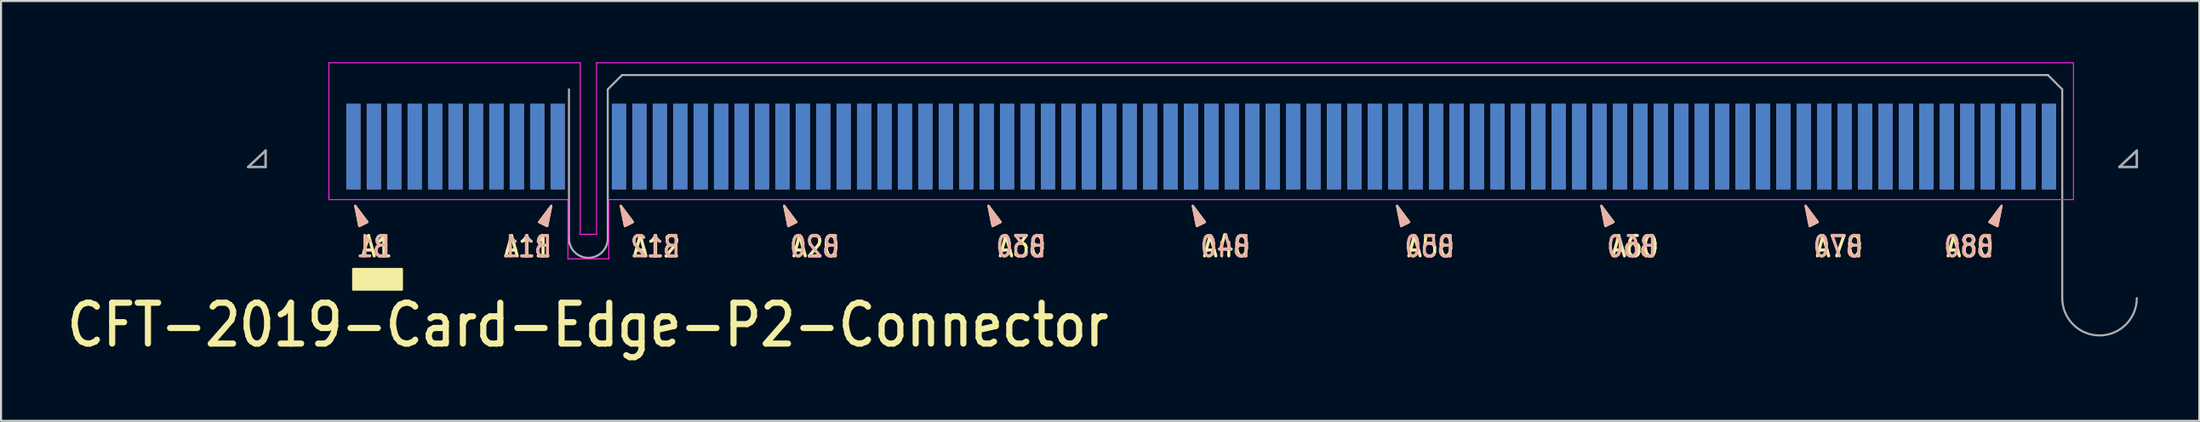
<source format=kicad_pcb>
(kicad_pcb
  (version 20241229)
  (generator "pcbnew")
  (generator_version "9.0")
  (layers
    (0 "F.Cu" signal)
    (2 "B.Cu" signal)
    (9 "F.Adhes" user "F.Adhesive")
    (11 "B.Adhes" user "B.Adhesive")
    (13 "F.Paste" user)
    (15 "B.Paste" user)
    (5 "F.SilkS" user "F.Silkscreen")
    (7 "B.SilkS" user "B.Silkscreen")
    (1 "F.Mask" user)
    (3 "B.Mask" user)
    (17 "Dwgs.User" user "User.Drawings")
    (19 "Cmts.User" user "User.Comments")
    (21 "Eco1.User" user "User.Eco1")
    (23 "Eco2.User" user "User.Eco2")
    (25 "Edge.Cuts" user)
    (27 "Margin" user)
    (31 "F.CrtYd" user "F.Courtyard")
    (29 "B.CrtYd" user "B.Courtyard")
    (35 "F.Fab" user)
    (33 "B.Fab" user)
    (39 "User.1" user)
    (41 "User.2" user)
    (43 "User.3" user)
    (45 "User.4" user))
  (footprint "CFT-2019-Card-Edge-P2-Connector"
    (layer "F.Cu")
    (at 14.238 4.125)
    (property "Reference" "CFT-2019-Card-Edge-P2-Connector" (at 11.495 8.738 180) (layer "F.SilkS") (effects (font (size 2 1.75) (thickness 0.3))))
    (attr exclude_from_pos_files exclude_from_bom)
    (fp_poly (pts (xy 0.1 2.9) (xy 0.3 3.9) (xy 0.7 3.7)) (stroke (width 0.1) (type solid)) (fill yes) (layer "F.SilkS"))
    (fp_poly (pts (xy 9.7 2.9) (xy 9.5 3.9) (xy 9.1 3.7)) (stroke (width 0.1) (type solid)) (fill yes) (layer "F.SilkS"))
    (fp_poly (pts (xy 13.1 2.9) (xy 13.3 3.9) (xy 13.7 3.7)) (stroke (width 0.1) (type solid)) (fill yes) (layer "F.SilkS"))
    (fp_poly (pts (xy 21.1 2.9) (xy 21.3 3.9) (xy 21.7 3.7)) (stroke (width 0.1) (type solid)) (fill yes) (layer "F.SilkS"))
    (fp_poly (pts (xy 31.1 2.9) (xy 31.3 3.9) (xy 31.7 3.7)) (stroke (width 0.1) (type solid)) (fill yes) (layer "F.SilkS"))
    (fp_poly (pts (xy 41.1 2.9) (xy 41.3 3.9) (xy 41.7 3.7)) (stroke (width 0.1) (type solid)) (fill yes) (layer "F.SilkS"))
    (fp_poly (pts (xy 51.1 2.9) (xy 51.3 3.9) (xy 51.7 3.7)) (stroke (width 0.1) (type solid)) (fill yes) (layer "F.SilkS"))
    (fp_poly (pts (xy 61.1 2.9) (xy 61.3 3.9) (xy 61.7 3.7)) (stroke (width 0.1) (type solid)) (fill yes) (layer "F.SilkS"))
    (fp_poly (pts (xy 71.1 2.9) (xy 71.3 3.9) (xy 71.7 3.7)) (stroke (width 0.1) (type solid)) (fill yes) (layer "F.SilkS"))
    (fp_poly (pts (xy 80.694 2.9) (xy 80.494 3.9) (xy 80.094 3.7)) (stroke (width 0.1) (type solid)) (fill yes) (layer "F.SilkS"))
    (fp_poly (pts (xy 2.388 5.994) (xy 0 5.994) (xy 0 7.01) (xy 2.388 7.01)) (stroke (width 0.1) (type solid)) (fill yes) (layer "F.SilkS"))
    (fp_poly (pts (xy 0.1 2.9) (xy 0.3 3.9) (xy 0.7 3.7)) (stroke (width 0.1) (type solid)) (fill yes) (layer "B.SilkS"))
    (fp_poly (pts (xy 9.7 2.9) (xy 9.5 3.9) (xy 9.1 3.7)) (stroke (width 0.1) (type solid)) (fill yes) (layer "B.SilkS"))
    (fp_poly (pts (xy 13.1 2.9) (xy 13.3 3.9) (xy 13.7 3.7)) (stroke (width 0.1) (type solid)) (fill yes) (layer "B.SilkS"))
    (fp_poly (pts (xy 21.1 2.9) (xy 21.3 3.9) (xy 21.7 3.7)) (stroke (width 0.1) (type solid)) (fill yes) (layer "B.SilkS"))
    (fp_poly (pts (xy 31.1 2.9) (xy 31.3 3.9) (xy 31.7 3.7)) (stroke (width 0.1) (type solid)) (fill yes) (layer "B.SilkS"))
    (fp_poly (pts (xy 41.1 2.9) (xy 41.3 3.9) (xy 41.7 3.7)) (stroke (width 0.1) (type solid)) (fill yes) (layer "B.SilkS"))
    (fp_poly (pts (xy 51.1 2.9) (xy 51.3 3.9) (xy 51.7 3.7)) (stroke (width 0.1) (type solid)) (fill yes) (layer "B.SilkS"))
    (fp_poly (pts (xy 61.1 2.9) (xy 61.3 3.9) (xy 61.7 3.7)) (stroke (width 0.1) (type solid)) (fill yes) (layer "B.SilkS"))
    (fp_poly (pts (xy 71.1 2.9) (xy 71.3 3.9) (xy 71.7 3.7)) (stroke (width 0.1) (type solid)) (fill yes) (layer "B.SilkS"))
    (fp_poly (pts (xy 80.694 2.9) (xy 80.494 3.9) (xy 80.094 3.7)) (stroke (width 0.1) (type solid)) (fill yes) (layer "B.SilkS"))
    (fp_line (start -1.186 -4.1) (end 11.114 -4.1) (stroke (width 0.05) (type solid)) (layer "F.CrtYd"))
    (fp_line (start -1.186 2.6) (end -1.186 -4.1) (stroke (width 0.05) (type solid)) (layer "F.CrtYd"))
    (fp_line (start 10.514 2.6) (end -1.186 2.6) (stroke (width 0.05) (type solid)) (layer "F.CrtYd"))
    (fp_line (start 10.514 5.5) (end 10.514 2.6) (stroke (width 0.05) (type solid)) (layer "F.CrtYd"))
    (fp_line (start 11.114 -4.1) (end 11.114 4.3) (stroke (width 0.05) (type solid)) (layer "F.CrtYd"))
    (fp_line (start 11.114 4.3) (end 11.914 4.3) (stroke (width 0.05) (type solid)) (layer "F.CrtYd"))
    (fp_line (start 11.914 -4.1) (end 84.214 -4.1) (stroke (width 0.05) (type solid)) (layer "F.CrtYd"))
    (fp_line (start 11.914 4.3) (end 11.914 -4.1) (stroke (width 0.05) (type solid)) (layer "F.CrtYd"))
    (fp_line (start 12.514 2.6) (end 12.514 5.5) (stroke (width 0.05) (type solid)) (layer "F.CrtYd"))
    (fp_line (start 12.514 5.5) (end 10.514 5.5) (stroke (width 0.05) (type solid)) (layer "F.CrtYd"))
    (fp_line (start 84.214 -4.1) (end 84.214 2.6) (stroke (width 0.05) (type solid)) (layer "F.CrtYd"))
    (fp_line (start 84.214 2.6) (end 12.514 2.6) (stroke (width 0.05) (type solid)) (layer "F.CrtYd"))
    (fp_line (start -5.136 1) (end -4.286 0.2) (stroke (width 0.12) (type solid)) (layer "F.Fab"))
    (fp_line (start -5.136 1) (end -4.286 1) (stroke (width 0.12) (type solid)) (layer "F.Fab"))
    (fp_line (start -4.286 0.2) (end -4.286 1) (stroke (width 0.12) (type solid)) (layer "F.Fab"))
    (fp_line (start 10.564 -2.8) (end 10.564 4.5) (stroke (width 0.1) (type solid)) (layer "F.Fab"))
    (fp_line (start 12.464 4.5) (end 12.464 -2.8) (stroke (width 0.1) (type solid)) (layer "F.Fab"))
    (fp_line (start 13.164 -3.5) (end 12.464 -2.8) (stroke (width 0.1) (type solid)) (layer "F.Fab"))
    (fp_line (start 13.164 -3.5) (end 82.964 -3.5) (stroke (width 0.1) (type solid)) (layer "F.Fab"))
    (fp_line (start 82.964 -3.5) (end 83.664 -2.8) (stroke (width 0.1) (type solid)) (layer "F.Fab"))
    (fp_line (start 83.664 7.425) (end 83.664 -2.8) (stroke (width 0.1) (type solid)) (layer "F.Fab"))
    (fp_line (start 86.464 1) (end 87.314 0.2) (stroke (width 0.12) (type solid)) (layer "F.Fab"))
    (fp_line (start 86.464 1) (end 87.314 1) (stroke (width 0.12) (type solid)) (layer "F.Fab"))
    (fp_line (start 87.314 0.2) (end 87.314 1) (stroke (width 0.12) (type solid)) (layer "F.Fab"))
    (fp_arc (start 12.4644 4.5) (mid 11.5144 5.45) (end 10.5644 4.5) (stroke (width 0.1) (type solid)) (layer "F.Fab"))
    (fp_arc (start 87.3144 7.425) (mid 85.4894 9.25) (end 83.6644 7.425) (stroke (width 0.1) (type solid)) (layer "F.Fab"))
    (fp_text user "A11" (at 7.3 4.9 0) (layer "F.SilkS") (effects (font (size 1 0.83) (thickness 0.15)) (justify left)))
    (fp_text user "A30" (at 31.5 4.9 0) (layer "F.SilkS") (effects (font (size 1 0.83) (thickness 0.15)) (justify left)))
    (fp_text user "A20" (at 21.4 4.9 0) (layer "F.SilkS") (effects (font (size 1 0.83) (thickness 0.15)) (justify left)))
    (fp_text user "A60" (at 61.5 4.9 0) (layer "F.SilkS") (effects (font (size 1 0.83) (thickness 0.15)) (justify left)))
    (fp_text user "A70" (at 71.5 4.9 0) (layer "F.SilkS") (effects (font (size 1 0.83) (thickness 0.15)) (justify left)))
    (fp_text user "A50" (at 51.5 4.9 0) (layer "F.SilkS") (effects (font (size 1 0.83) (thickness 0.15)) (justify left)))
    (fp_text user "A1" (at 0.3 4.9 0) (layer "F.SilkS") (effects (font (size 1 0.83) (thickness 0.15)) (justify left)))
    (fp_text user "A40" (at 41.5 4.9 0) (layer "F.SilkS") (effects (font (size 1 0.83) (thickness 0.15)) (justify left)))
    (fp_text user "A12" (at 13.6 4.9 0) (layer "F.SilkS") (effects (font (size 1 0.83) (thickness 0.15)) (justify left)))
    (fp_text user "A80" (at 77.9 4.9 0) (layer "F.SilkS") (effects (font (size 1 0.83) (thickness 0.15)) (justify left)))
    (fp_text user "B12" (at 16.1 4.9 180) (layer "B.SilkS") (effects (font (size 1 0.83) (thickness 0.15)) (justify left mirror)))
    (fp_text user "B30" (at 34 4.9 180) (layer "B.SilkS") (effects (font (size 1 0.83) (thickness 0.15)) (justify left mirror)))
    (fp_text user "B20" (at 23.9 4.9 180) (layer "B.SilkS") (effects (font (size 1 0.83) (thickness 0.15)) (justify left mirror)))
    (fp_text user "B70" (at 74 4.9 180) (layer "B.SilkS") (effects (font (size 1 0.83) (thickness 0.15)) (justify left mirror)))
    (fp_text user "B50" (at 54 4.9 180) (layer "B.SilkS") (effects (font (size 1 0.83) (thickness 0.15)) (justify left mirror)))
    (fp_text user "B80" (at 80.4 4.9 180) (layer "B.SilkS") (effects (font (size 1 0.83) (thickness 0.15)) (justify left mirror)))
    (fp_text user "B40" (at 44 4.9 180) (layer "B.SilkS") (effects (font (size 1 0.83) (thickness 0.15)) (justify left mirror)))
    (fp_text user "B1" (at 1.9 4.9 180) (layer "B.SilkS") (effects (font (size 1 0.83) (thickness 0.15)) (justify left mirror)))
    (fp_text user "B11" (at 7.2 4.9 180) (layer "B.SilkS") (effects (font (size 1 0.83) (thickness 0.15)) (justify right mirror)))
    (fp_text user "B60" (at 63.9 4.9 180) (layer "B.SilkS") (effects (font (size 1 0.83) (thickness 0.15)) (justify left mirror)))
    (pad "A1" connect rect (at 0.014 0 180) (size 0.7 4.2) (layers "F.Cu" "F.Mask"))
    (pad "A2" connect rect (at 1.014 0 180) (size 0.7 4.2) (layers "F.Cu" "F.Mask"))
    (pad "A3" connect rect (at 2.014 0 180) (size 0.7 4.2) (layers "F.Cu" "F.Mask"))
    (pad "A4" connect rect (at 3.014 0 180) (size 0.7 4.2) (layers "F.Cu" "F.Mask"))
    (pad "A5" connect rect (at 4.014 0 180) (size 0.7 4.2) (layers "F.Cu" "F.Mask"))
    (pad "A6" connect rect (at 5.014 0 180) (size 0.7 4.2) (layers "F.Cu" "F.Mask"))
    (pad "A7" connect rect (at 6.014 0 180) (size 0.7 4.2) (layers "F.Cu" "F.Mask"))
    (pad "A8" connect rect (at 7.014 0 180) (size 0.7 4.2) (layers "F.Cu" "F.Mask"))
    (pad "A9" connect rect (at 8.014 0 180) (size 0.7 4.2) (layers "F.Cu" "F.Mask"))
    (pad "A10" connect rect (at 9.014 0 180) (size 0.7 4.2) (layers "F.Cu" "F.Mask"))
    (pad "A11" connect rect (at 10.014 0 180) (size 0.7 4.2) (layers "F.Cu" "F.Mask"))
    (pad "A12" connect rect (at 13.014 0 180) (size 0.7 4.2) (layers "F.Cu" "F.Mask"))
    (pad "A13" connect rect (at 14.014 0 180) (size 0.7 4.2) (layers "F.Cu" "F.Mask"))
    (pad "A14" connect rect (at 15.014 0 180) (size 0.7 4.2) (layers "F.Cu" "F.Mask"))
    (pad "A15" connect rect (at 16.014 0 180) (size 0.7 4.2) (layers "F.Cu" "F.Mask"))
    (pad "A16" connect rect (at 17.014 0 180) (size 0.7 4.2) (layers "F.Cu" "F.Mask"))
    (pad "A17" connect rect (at 18.014 0 180) (size 0.7 4.2) (layers "F.Cu" "F.Mask"))
    (pad "A18" connect rect (at 19.014 0 180) (size 0.7 4.2) (layers "F.Cu" "F.Mask"))
    (pad "A19" connect rect (at 20.014 0 180) (size 0.7 4.2) (layers "F.Cu" "F.Mask"))
    (pad "A20" connect rect (at 21.014 0 180) (size 0.7 4.2) (layers "F.Cu" "F.Mask"))
    (pad "A21" connect rect (at 22.014 0 180) (size 0.7 4.2) (layers "F.Cu" "F.Mask"))
    (pad "A22" connect rect (at 23.014 0 180) (size 0.7 4.2) (layers "F.Cu" "F.Mask"))
    (pad "A23" connect rect (at 24.014 0 180) (size 0.7 4.2) (layers "F.Cu" "F.Mask"))
    (pad "A24" connect rect (at 25.014 0 180) (size 0.7 4.2) (layers "F.Cu" "F.Mask"))
    (pad "A25" connect rect (at 26.014 0 180) (size 0.7 4.2) (layers "F.Cu" "F.Mask"))
    (pad "A26" connect rect (at 27.014 0 180) (size 0.7 4.2) (layers "F.Cu" "F.Mask"))
    (pad "A27" connect rect (at 28.014 0 180) (size 0.7 4.2) (layers "F.Cu" "F.Mask"))
    (pad "A28" connect rect (at 29.014 0 180) (size 0.7 4.2) (layers "F.Cu" "F.Mask"))
    (pad "A29" connect rect (at 30.014 0 180) (size 0.7 4.2) (layers "F.Cu" "F.Mask"))
    (pad "A30" connect rect (at 31.014 0 180) (size 0.7 4.2) (layers "F.Cu" "F.Mask"))
    (pad "A31" connect rect (at 32.014 0 180) (size 0.7 4.2) (layers "F.Cu" "F.Mask"))
    (pad "A32" connect rect (at 33.014 0 180) (size 0.7 4.2) (layers "F.Cu" "F.Mask"))
    (pad "A33" connect rect (at 34.014 0 180) (size 0.7 4.2) (layers "F.Cu" "F.Mask"))
    (pad "A34" connect rect (at 35.014 0 180) (size 0.7 4.2) (layers "F.Cu" "F.Mask"))
    (pad "A35" connect rect (at 36.014 0 180) (size 0.7 4.2) (layers "F.Cu" "F.Mask"))
    (pad "A36" connect rect (at 37.014 0 180) (size 0.7 4.2) (layers "F.Cu" "F.Mask"))
    (pad "A37" connect rect (at 38.014 0 180) (size 0.7 4.2) (layers "F.Cu" "F.Mask"))
    (pad "A38" connect rect (at 39.014 0 180) (size 0.7 4.2) (layers "F.Cu" "F.Mask"))
    (pad "A39" connect rect (at 40.014 0 180) (size 0.7 4.2) (layers "F.Cu" "F.Mask"))
    (pad "A40" connect rect (at 41.014 0 180) (size 0.7 4.2) (layers "F.Cu" "F.Mask"))
    (pad "A41" connect rect (at 42.014 0 180) (size 0.7 4.2) (layers "F.Cu" "F.Mask"))
    (pad "A42" connect rect (at 43.014 0 180) (size 0.7 4.2) (layers "F.Cu" "F.Mask"))
    (pad "A43" connect rect (at 44.014 0 180) (size 0.7 4.2) (layers "F.Cu" "F.Mask"))
    (pad "A44" connect rect (at 45.014 0 180) (size 0.7 4.2) (layers "F.Cu" "F.Mask"))
    (pad "A45" connect rect (at 46.014 0 180) (size 0.7 4.2) (layers "F.Cu" "F.Mask"))
    (pad "A46" connect rect (at 47.014 0 180) (size 0.7 4.2) (layers "F.Cu" "F.Mask"))
    (pad "A47" connect rect (at 48.014 0 180) (size 0.7 4.2) (layers "F.Cu" "F.Mask"))
    (pad "A48" connect rect (at 49.014 0 180) (size 0.7 4.2) (layers "F.Cu" "F.Mask"))
    (pad "A49" connect rect (at 50.014 0 180) (size 0.7 4.2) (layers "F.Cu" "F.Mask"))
    (pad "A50" connect rect (at 51.014 0 180) (size 0.7 4.2) (layers "F.Cu" "F.Mask"))
    (pad "A51" connect rect (at 52.014 0 180) (size 0.7 4.2) (layers "F.Cu" "F.Mask"))
    (pad "A52" connect rect (at 53.014 0 180) (size 0.7 4.2) (layers "F.Cu" "F.Mask"))
    (pad "A53" connect rect (at 54.014 0 180) (size 0.7 4.2) (layers "F.Cu" "F.Mask"))
    (pad "A54" connect rect (at 55.014 0 180) (size 0.7 4.2) (layers "F.Cu" "F.Mask"))
    (pad "A55" connect rect (at 56.014 0 180) (size 0.7 4.2) (layers "F.Cu" "F.Mask"))
    (pad "A56" connect rect (at 57.014 0 180) (size 0.7 4.2) (layers "F.Cu" "F.Mask"))
    (pad "A57" connect rect (at 58.014 0 180) (size 0.7 4.2) (layers "F.Cu" "F.Mask"))
    (pad "A58" connect rect (at 59.014 0 180) (size 0.7 4.2) (layers "F.Cu" "F.Mask"))
    (pad "A59" connect rect (at 60.014 0 180) (size 0.7 4.2) (layers "F.Cu" "F.Mask"))
    (pad "A60" connect rect (at 61.014 0 180) (size 0.7 4.2) (layers "F.Cu" "F.Mask"))
    (pad "A61" connect rect (at 62.014 0 180) (size 0.7 4.2) (layers "F.Cu" "F.Mask"))
    (pad "A62" connect rect (at 63.014 0 180) (size 0.7 4.2) (layers "F.Cu" "F.Mask"))
    (pad "A63" connect rect (at 64.014 0 180) (size 0.7 4.2) (layers "F.Cu" "F.Mask"))
    (pad "A64" connect rect (at 65.014 0 180) (size 0.7 4.2) (layers "F.Cu" "F.Mask"))
    (pad "A65" connect rect (at 66.014 0 180) (size 0.7 4.2) (layers "F.Cu" "F.Mask"))
    (pad "A66" connect rect (at 67.014 0 180) (size 0.7 4.2) (layers "F.Cu" "F.Mask"))
    (pad "A67" connect rect (at 68.014 0 180) (size 0.7 4.2) (layers "F.Cu" "F.Mask"))
    (pad "A68" connect rect (at 69.014 0 180) (size 0.7 4.2) (layers "F.Cu" "F.Mask"))
    (pad "A69" connect rect (at 70.014 0 180) (size 0.7 4.2) (layers "F.Cu" "F.Mask"))
    (pad "A70" connect rect (at 71.014 0 180) (size 0.7 4.2) (layers "F.Cu" "F.Mask"))
    (pad "A71" connect rect (at 72.014 0 180) (size 0.7 4.2) (layers "F.Cu" "F.Mask"))
    (pad "A72" connect rect (at 73.014 0 180) (size 0.7 4.2) (layers "F.Cu" "F.Mask"))
    (pad "A73" connect rect (at 74.014 0 180) (size 0.7 4.2) (layers "F.Cu" "F.Mask"))
    (pad "A74" connect rect (at 75.014 0 180) (size 0.7 4.2) (layers "F.Cu" "F.Mask"))
    (pad "A75" connect rect (at 76.014 0 180) (size 0.7 4.2) (layers "F.Cu" "F.Mask"))
    (pad "A76" connect rect (at 77.014 0 180) (size 0.7 4.2) (layers "F.Cu" "F.Mask"))
    (pad "A77" connect rect (at 78.014 0 180) (size 0.7 4.2) (layers "F.Cu" "F.Mask"))
    (pad "A78" connect rect (at 79.014 0 180) (size 0.7 4.2) (layers "F.Cu" "F.Mask"))
    (pad "A79" connect rect (at 80.014 0 180) (size 0.7 4.2) (layers "F.Cu" "F.Mask"))
    (pad "A80" connect rect (at 81.014 0 180) (size 0.7 4.2) (layers "F.Cu" "F.Mask"))
    (pad "A81" connect rect (at 82.014 0 180) (size 0.7 4.2) (layers "F.Cu" "F.Mask"))
    (pad "A82" connect rect (at 83.014 0 180) (size 0.7 4.2) (layers "F.Cu" "F.Mask"))
    (pad "B1" connect rect (at 0.014 0 180) (size 0.7 4.2) (layers "B.Cu" "B.Mask"))
    (pad "B2" connect rect (at 1.014 0 180) (size 0.7 4.2) (layers "B.Cu" "B.Mask"))
    (pad "B3" connect rect (at 2.014 0 180) (size 0.7 4.2) (layers "B.Cu" "B.Mask"))
    (pad "B4" connect rect (at 3.014 0 180) (size 0.7 4.2) (layers "B.Cu" "B.Mask"))
    (pad "B5" connect rect (at 4.014 0 180) (size 0.7 4.2) (layers "B.Cu" "B.Mask"))
    (pad "B6" connect rect (at 5.014 0 180) (size 0.7 4.2) (layers "B.Cu" "B.Mask"))
    (pad "B7" connect rect (at 6.014 0 180) (size 0.7 4.2) (layers "B.Cu" "B.Mask"))
    (pad "B8" connect rect (at 7.014 0 180) (size 0.7 4.2) (layers "B.Cu" "B.Mask"))
    (pad "B9" connect rect (at 8.014 0 180) (size 0.7 4.2) (layers "B.Cu" "B.Mask"))
    (pad "B10" connect rect (at 9.014 0 180) (size 0.7 4.2) (layers "B.Cu" "B.Mask"))
    (pad "B11" connect rect (at 10.014 0 180) (size 0.7 4.2) (layers "B.Cu" "B.Mask"))
    (pad "B12" connect rect (at 13.014 0 180) (size 0.7 4.2) (layers "B.Cu" "B.Mask"))
    (pad "B13" connect rect (at 14.014 0 180) (size 0.7 4.2) (layers "B.Cu" "B.Mask"))
    (pad "B14" connect rect (at 15.014 0 180) (size 0.7 4.2) (layers "B.Cu" "B.Mask"))
    (pad "B15" connect rect (at 16.014 0 180) (size 0.7 4.2) (layers "B.Cu" "B.Mask"))
    (pad "B16" connect rect (at 17.014 0 180) (size 0.7 4.2) (layers "B.Cu" "B.Mask"))
    (pad "B17" connect rect (at 18.014 0 180) (size 0.7 4.2) (layers "B.Cu" "B.Mask"))
    (pad "B18" connect rect (at 19.014 0 180) (size 0.7 4.2) (layers "B.Cu" "B.Mask"))
    (pad "B19" connect rect (at 20.014 0 180) (size 0.7 4.2) (layers "B.Cu" "B.Mask"))
    (pad "B20" connect rect (at 21.014 0 180) (size 0.7 4.2) (layers "B.Cu" "B.Mask"))
    (pad "B21" connect rect (at 22.014 0 180) (size 0.7 4.2) (layers "B.Cu" "B.Mask"))
    (pad "B22" connect rect (at 23.014 0 180) (size 0.7 4.2) (layers "B.Cu" "B.Mask"))
    (pad "B23" connect rect (at 24.014 0 180) (size 0.7 4.2) (layers "B.Cu" "B.Mask"))
    (pad "B24" connect rect (at 25.014 0 180) (size 0.7 4.2) (layers "B.Cu" "B.Mask"))
    (pad "B25" connect rect (at 26.014 0 180) (size 0.7 4.2) (layers "B.Cu" "B.Mask"))
    (pad "B26" connect rect (at 27.014 0 180) (size 0.7 4.2) (layers "B.Cu" "B.Mask"))
    (pad "B27" connect rect (at 28.014 0 180) (size 0.7 4.2) (layers "B.Cu" "B.Mask"))
    (pad "B28" connect rect (at 29.014 0 180) (size 0.7 4.2) (layers "B.Cu" "B.Mask"))
    (pad "B29" connect rect (at 30.014 0 180) (size 0.7 4.2) (layers "B.Cu" "B.Mask"))
    (pad "B30" connect rect (at 31.014 0 180) (size 0.7 4.2) (layers "B.Cu" "B.Mask"))
    (pad "B31" connect rect (at 32.014 0 180) (size 0.7 4.2) (layers "B.Cu" "B.Mask"))
    (pad "B32" connect rect (at 33.014 0 180) (size 0.7 4.2) (layers "B.Cu" "B.Mask"))
    (pad "B33" connect rect (at 34.014 0 180) (size 0.7 4.2) (layers "B.Cu" "B.Mask"))
    (pad "B34" connect rect (at 35.014 0 180) (size 0.7 4.2) (layers "B.Cu" "B.Mask"))
    (pad "B35" connect rect (at 36.014 0 180) (size 0.7 4.2) (layers "B.Cu" "B.Mask"))
    (pad "B36" connect rect (at 37.014 0 180) (size 0.7 4.2) (layers "B.Cu" "B.Mask"))
    (pad "B37" connect rect (at 38.014 0 180) (size 0.7 4.2) (layers "B.Cu" "B.Mask"))
    (pad "B38" connect rect (at 39.014 0 180) (size 0.7 4.2) (layers "B.Cu" "B.Mask"))
    (pad "B39" connect rect (at 40.014 0 180) (size 0.7 4.2) (layers "B.Cu" "B.Mask"))
    (pad "B40" connect rect (at 41.014 0 180) (size 0.7 4.2) (layers "B.Cu" "B.Mask"))
    (pad "B41" connect rect (at 42.014 0 180) (size 0.7 4.2) (layers "B.Cu" "B.Mask"))
    (pad "B42" connect rect (at 43.014 0 180) (size 0.7 4.2) (layers "B.Cu" "B.Mask"))
    (pad "B43" connect rect (at 44.014 0 180) (size 0.7 4.2) (layers "B.Cu" "B.Mask"))
    (pad "B44" connect rect (at 45.014 0 180) (size 0.7 4.2) (layers "B.Cu" "B.Mask"))
    (pad "B45" connect rect (at 46.014 0 180) (size 0.7 4.2) (layers "B.Cu" "B.Mask"))
    (pad "B46" connect rect (at 47.014 0 180) (size 0.7 4.2) (layers "B.Cu" "B.Mask"))
    (pad "B47" connect rect (at 48.014 0 180) (size 0.7 4.2) (layers "B.Cu" "B.Mask"))
    (pad "B48" connect rect (at 49.014 0 180) (size 0.7 4.2) (layers "B.Cu" "B.Mask"))
    (pad "B49" connect rect (at 50.014 0 180) (size 0.7 4.2) (layers "B.Cu" "B.Mask"))
    (pad "B50" connect rect (at 51.014 0 180) (size 0.7 4.2) (layers "B.Cu" "B.Mask"))
    (pad "B51" connect rect (at 52.014 0 180) (size 0.7 4.2) (layers "B.Cu" "B.Mask"))
    (pad "B52" connect rect (at 53.014 0 180) (size 0.7 4.2) (layers "B.Cu" "B.Mask"))
    (pad "B53" connect rect (at 54.014 0 180) (size 0.7 4.2) (layers "B.Cu" "B.Mask"))
    (pad "B54" connect rect (at 55.014 0 180) (size 0.7 4.2) (layers "B.Cu" "B.Mask"))
    (pad "B55" connect rect (at 56.014 0 180) (size 0.7 4.2) (layers "B.Cu" "B.Mask"))
    (pad "B56" connect rect (at 57.014 0 180) (size 0.7 4.2) (layers "B.Cu" "B.Mask"))
    (pad "B57" connect rect (at 58.014 0 180) (size 0.7 4.2) (layers "B.Cu" "B.Mask"))
    (pad "B58" connect rect (at 59.014 0 180) (size 0.7 4.2) (layers "B.Cu" "B.Mask"))
    (pad "B59" connect rect (at 60.014 0 180) (size 0.7 4.2) (layers "B.Cu" "B.Mask"))
    (pad "B60" connect rect (at 61.014 0 180) (size 0.7 4.2) (layers "B.Cu" "B.Mask"))
    (pad "B61" connect rect (at 62.014 0 180) (size 0.7 4.2) (layers "B.Cu" "B.Mask"))
    (pad "B62" connect rect (at 63.014 0 180) (size 0.7 4.2) (layers "B.Cu" "B.Mask"))
    (pad "B63" connect rect (at 64.014 0 180) (size 0.7 4.2) (layers "B.Cu" "B.Mask"))
    (pad "B64" connect rect (at 65.014 0 180) (size 0.7 4.2) (layers "B.Cu" "B.Mask"))
    (pad "B65" connect rect (at 66.014 0 180) (size 0.7 4.2) (layers "B.Cu" "B.Mask"))
    (pad "B66" connect rect (at 67.014 0 180) (size 0.7 4.2) (layers "B.Cu" "B.Mask"))
    (pad "B67" connect rect (at 68.014 0 180) (size 0.7 4.2) (layers "B.Cu" "B.Mask"))
    (pad "B68" connect rect (at 69.014 0 180) (size 0.7 4.2) (layers "B.Cu" "B.Mask"))
    (pad "B69" connect rect (at 70.014 0 180) (size 0.7 4.2) (layers "B.Cu" "B.Mask"))
    (pad "B70" connect rect (at 71.014 0 180) (size 0.7 4.2) (layers "B.Cu" "B.Mask"))
    (pad "B71" connect rect (at 72.014 0 180) (size 0.7 4.2) (layers "B.Cu" "B.Mask"))
    (pad "B72" connect rect (at 73.014 0 180) (size 0.7 4.2) (layers "B.Cu" "B.Mask"))
    (pad "B73" connect rect (at 74.014 0 180) (size 0.7 4.2) (layers "B.Cu" "B.Mask"))
    (pad "B74" connect rect (at 75.014 0 180) (size 0.7 4.2) (layers "B.Cu" "B.Mask"))
    (pad "B75" connect rect (at 76.014 0 180) (size 0.7 4.2) (layers "B.Cu" "B.Mask"))
    (pad "B76" connect rect (at 77.014 0 180) (size 0.7 4.2) (layers "B.Cu" "B.Mask"))
    (pad "B77" connect rect (at 78.014 0 180) (size 0.7 4.2) (layers "B.Cu" "B.Mask"))
    (pad "B78" connect rect (at 79.014 0 180) (size 0.7 4.2) (layers "B.Cu" "B.Mask"))
    (pad "B79" connect rect (at 80.014 0 180) (size 0.7 4.2) (layers "B.Cu" "B.Mask"))
    (pad "B80" connect rect (at 81.014 0 180) (size 0.7 4.2) (layers "B.Cu" "B.Mask"))
    (pad "B81" connect rect (at 82.014 0 180) (size 0.7 4.2) (layers "B.Cu" "B.Mask"))
    (pad "B82" connect rect (at 83.014 0 180) (size 0.7 4.2) (layers "B.Cu" "B.Mask")))
  (gr_rect
    (start -3 -3)
    (end 104.613 17.559)
    (stroke (width 0.1) (type default))
    (fill no)
    (layer "Edge.Cuts")))
</source>
